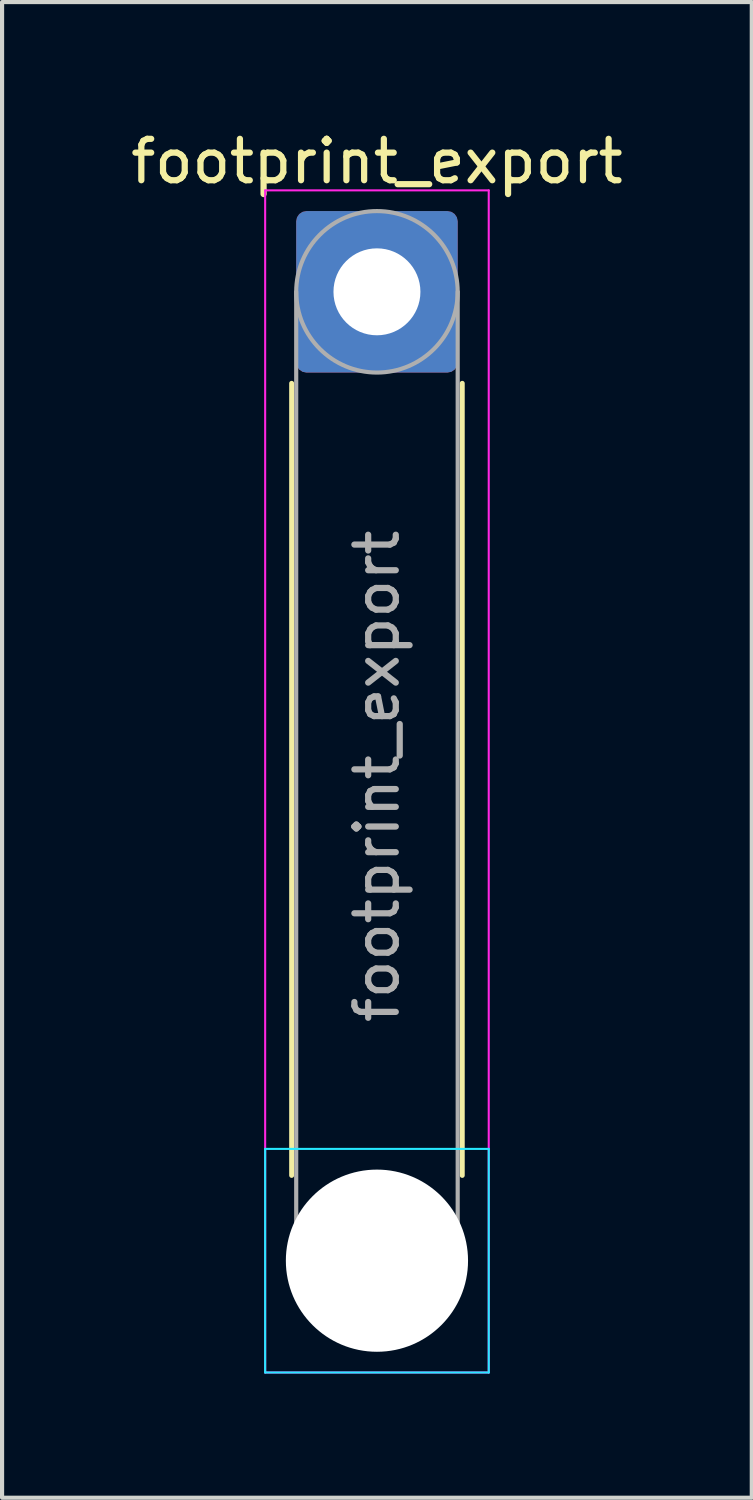
<source format=kicad_pcb>
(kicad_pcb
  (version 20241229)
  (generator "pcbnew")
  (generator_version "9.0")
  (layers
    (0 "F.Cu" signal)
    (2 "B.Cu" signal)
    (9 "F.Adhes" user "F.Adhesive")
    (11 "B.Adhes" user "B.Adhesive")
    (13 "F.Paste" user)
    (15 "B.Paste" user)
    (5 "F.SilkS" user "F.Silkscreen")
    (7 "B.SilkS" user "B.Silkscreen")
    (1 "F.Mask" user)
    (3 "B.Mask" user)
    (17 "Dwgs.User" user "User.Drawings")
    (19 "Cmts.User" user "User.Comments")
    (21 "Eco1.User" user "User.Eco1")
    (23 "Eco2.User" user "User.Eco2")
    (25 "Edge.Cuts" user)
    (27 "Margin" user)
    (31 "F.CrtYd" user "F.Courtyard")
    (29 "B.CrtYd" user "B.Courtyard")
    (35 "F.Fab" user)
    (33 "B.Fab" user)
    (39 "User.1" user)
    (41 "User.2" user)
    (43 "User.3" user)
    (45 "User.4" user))
  (footprint "footprint_export"
    (layer "F.Cu")
    (at 6.054 3.998)
    (property "Reference" "footprint_export" (at 0 -3.15 0) (layer "F.SilkS") (effects (font (size 1 1) (thickness 0.15))))
    (attr exclude_from_pos_files exclude_from_bom)
    (fp_line (start -2.06 2.21) (end -2.06 21.34) (stroke (width 0.12) (type solid)) (layer "F.SilkS"))
    (fp_line (start 2.06 2.21) (end 2.06 21.34) (stroke (width 0.12) (type solid)) (layer "F.SilkS"))
    (fp_line (start -2.7 20.7) (end -2.7 26.1) (stroke (width 0.05) (type solid)) (layer "B.CrtYd"))
    (fp_line (start -2.7 26.1) (end 2.7 26.1) (stroke (width 0.05) (type solid)) (layer "B.CrtYd"))
    (fp_line (start 2.7 20.7) (end -2.7 20.7) (stroke (width 0.05) (type solid)) (layer "B.CrtYd"))
    (fp_line (start 2.7 26.1) (end 2.7 20.7) (stroke (width 0.05) (type solid)) (layer "B.CrtYd"))
    (fp_line (start -2.7 -2.45) (end -2.7 26.1) (stroke (width 0.05) (type solid)) (layer "F.CrtYd"))
    (fp_line (start -2.7 26.1) (end 2.7 26.1) (stroke (width 0.05) (type solid)) (layer "F.CrtYd"))
    (fp_line (start 2.7 -2.45) (end -2.7 -2.45) (stroke (width 0.05) (type solid)) (layer "F.CrtYd"))
    (fp_line (start 2.7 26.1) (end 2.7 -2.45) (stroke (width 0.05) (type solid)) (layer "F.CrtYd"))
    (fp_line (start -1.95 0) (end -1.95 23.4) (stroke (width 0.1) (type solid)) (layer "F.Fab"))
    (fp_line (start 1.95 0) (end 1.95 23.4) (stroke (width 0.1) (type solid)) (layer "F.Fab"))
    (fp_circle (center 0 0) (end 1.95 0) (stroke (width 0.1) (type solid)) (fill no) (layer "F.Fab"))
    (fp_circle (center 0 23.4) (end 1.95 23.4) (stroke (width 0.1) (type solid)) (fill no) (layer "F.Fab"))
    (fp_text user "${REFERENCE}" (at 0 11.7 90) (layer "F.Fab") (effects (font (size 1 1) (thickness 0.15))))
    (pad "" np_thru_hole circle (at 0 23.4) (size 4.4 4.4) (drill 4.4) (layers "*.Cu" "*.Mask"))
    (pad "1" thru_hole roundrect (at 0 0) (size 3.9 3.9) (drill 2.1) (layers "*.Cu" "*.Mask") (roundrect_rratio 0.064)))
  (gr_rect
    (start -3 -3)
    (end 15.107 33.123)
    (stroke (width 0.1) (type default))
    (fill no)
    (layer "Edge.Cuts")))
</source>
